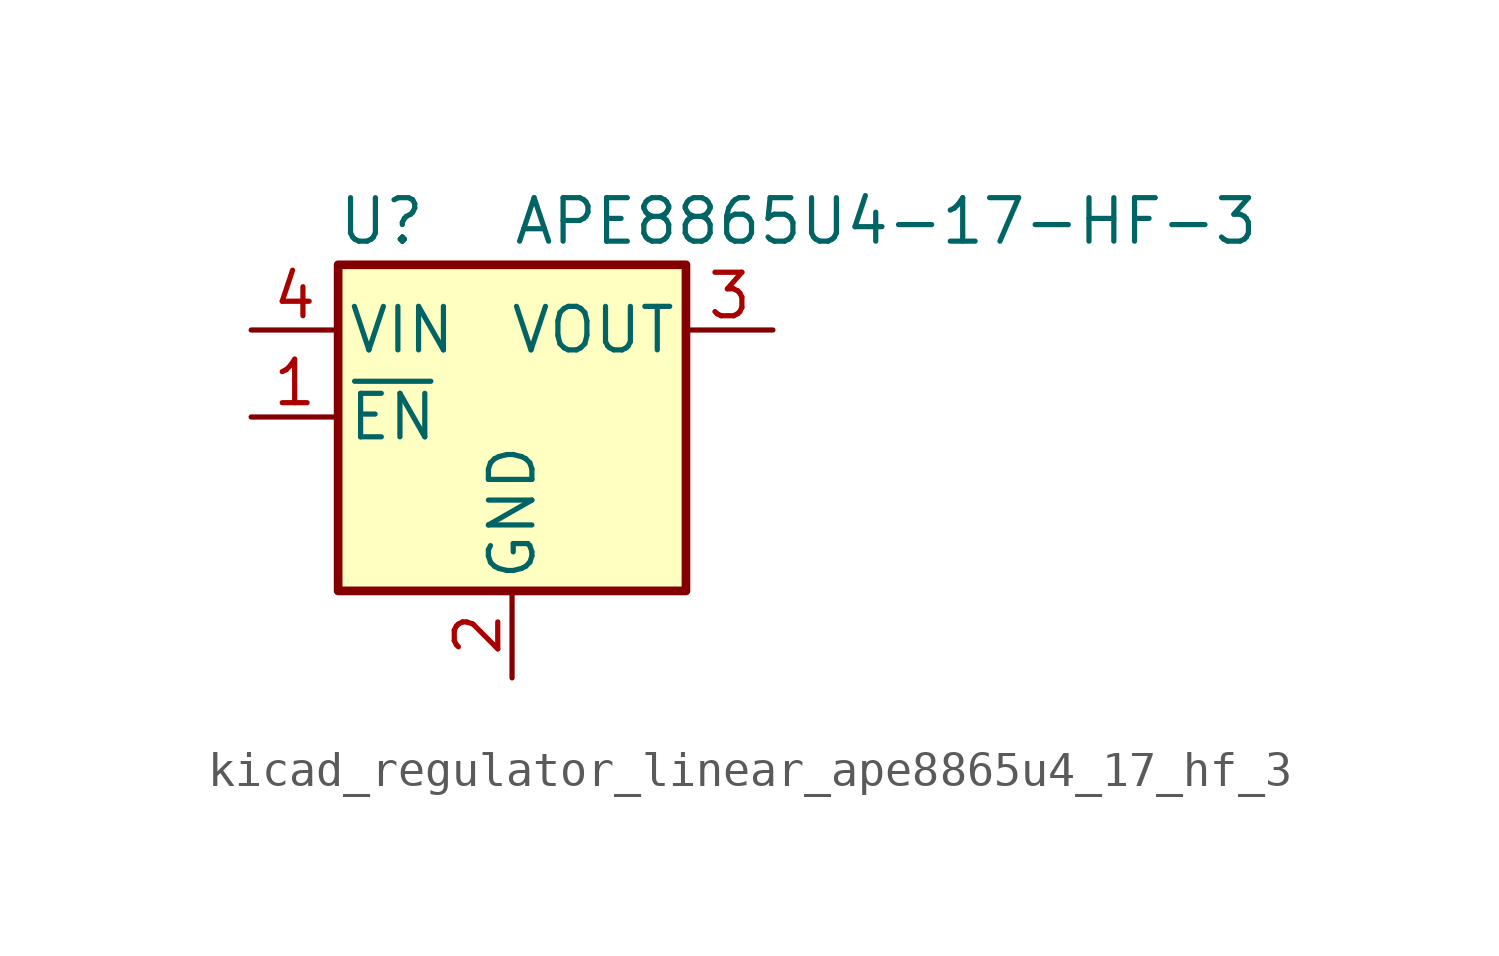
<source format=kicad_sym>
(kicad_symbol_lib
  (version 20220914)
  (generator kicad_symbol_editor)
  (symbol "kicad_regulator_linear_ape8865u4_17_hf_3"
    (pin_names
      (offset 0.254))
    (property "Reference" "U"
      (at -3.81 5.715 0)
      (effects (font (size 1.27 1.27))))
    (property "Value" "APE8865U4-17-HF-3"
      (at 0 5.715 0)
      (effects (font (size 1.27 1.27)) (justify left)))
    (symbol "kicad_regulator_linear_ape8865u4_17_hf_3_0_1"
      (rectangle (start -5.08 4.445) (end 5.08 -5.08) (stroke (width 0.254) (type default)) (fill (type background))))
    (symbol "kicad_regulator_linear_ape8865u4_17_hf_3_1_1"
      (pin input line (at -7.62 0 0) (length 2.54) (name "~{EN}" (effects (font (size 1.27 1.27)))) (number "1" (effects (font (size 1.27 1.27)))))
      (pin power_in line (at 0 -7.62 90) (length 2.54) (name "GND" (effects (font (size 1.27 1.27)))) (number "2" (effects (font (size 1.27 1.27)))))
      (pin power_out line (at 7.62 2.54 180) (length 2.54) (name "VOUT" (effects (font (size 1.27 1.27)))) (number "3" (effects (font (size 1.27 1.27)))))
      (pin power_in line (at -7.62 2.54 0) (length 2.54) (name "VIN" (effects (font (size 1.27 1.27)))) (number "4" (effects (font (size 1.27 1.27))))))))
</source>
